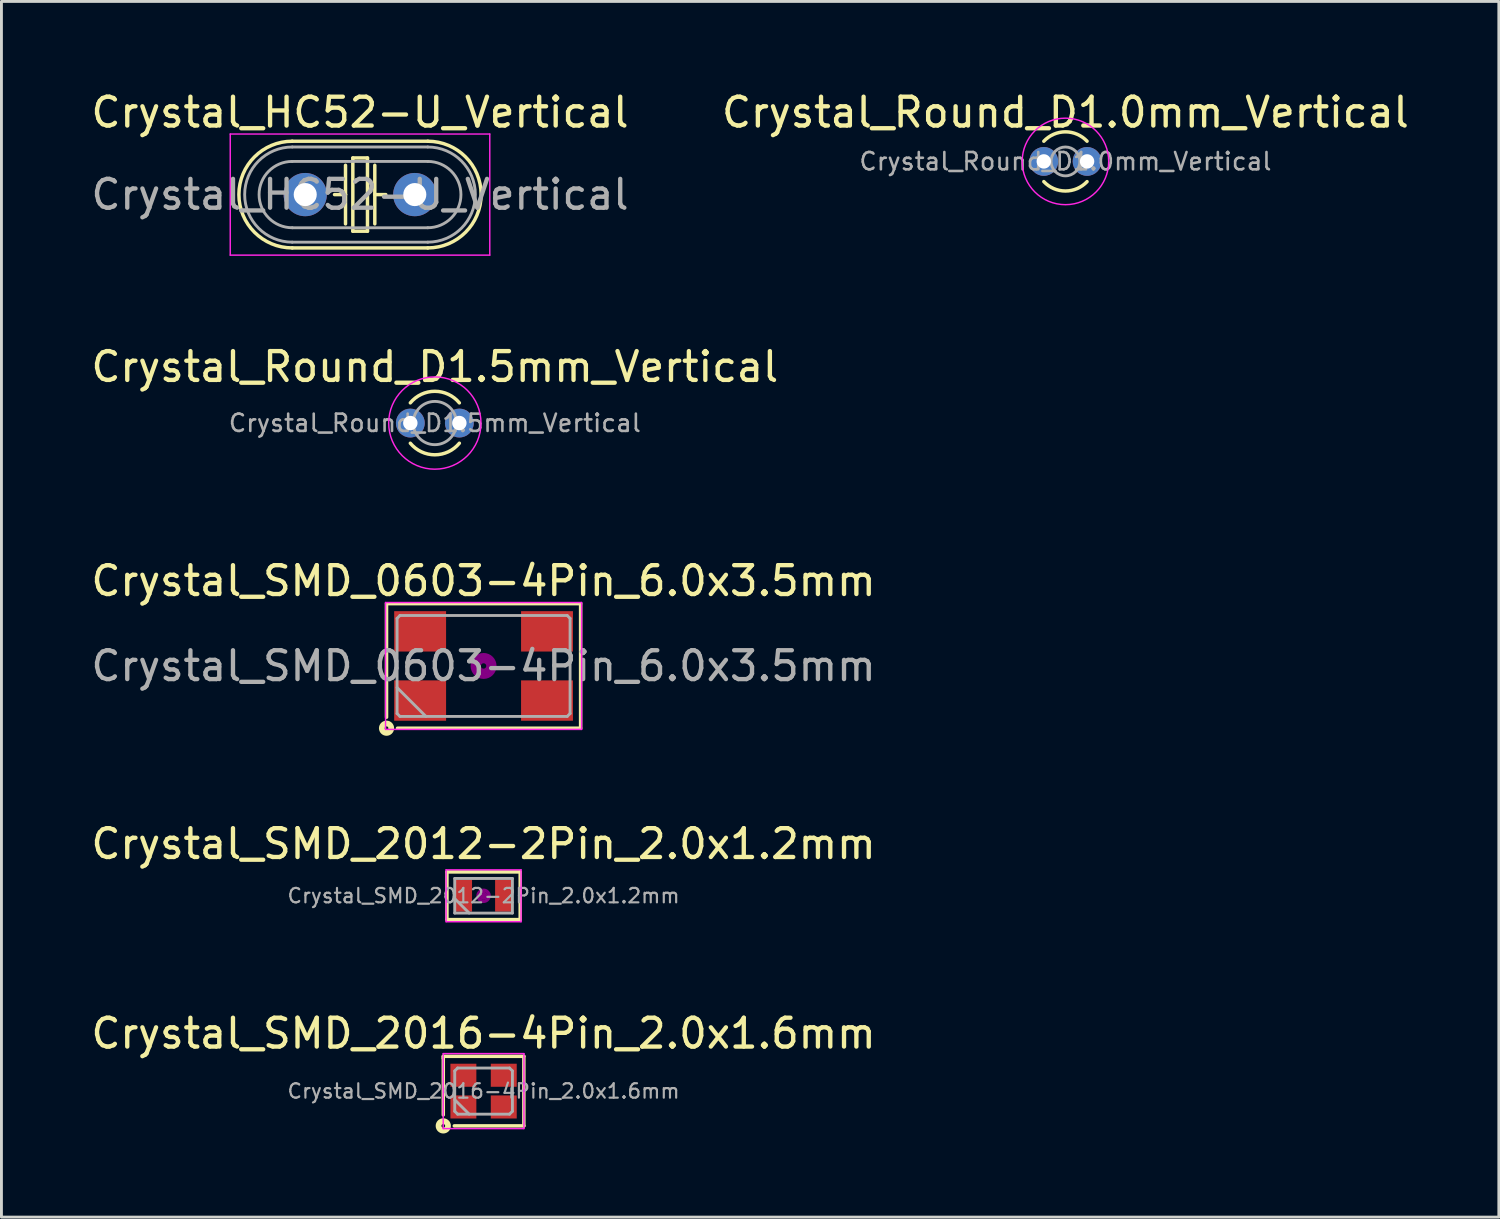
<source format=kicad_pcb>
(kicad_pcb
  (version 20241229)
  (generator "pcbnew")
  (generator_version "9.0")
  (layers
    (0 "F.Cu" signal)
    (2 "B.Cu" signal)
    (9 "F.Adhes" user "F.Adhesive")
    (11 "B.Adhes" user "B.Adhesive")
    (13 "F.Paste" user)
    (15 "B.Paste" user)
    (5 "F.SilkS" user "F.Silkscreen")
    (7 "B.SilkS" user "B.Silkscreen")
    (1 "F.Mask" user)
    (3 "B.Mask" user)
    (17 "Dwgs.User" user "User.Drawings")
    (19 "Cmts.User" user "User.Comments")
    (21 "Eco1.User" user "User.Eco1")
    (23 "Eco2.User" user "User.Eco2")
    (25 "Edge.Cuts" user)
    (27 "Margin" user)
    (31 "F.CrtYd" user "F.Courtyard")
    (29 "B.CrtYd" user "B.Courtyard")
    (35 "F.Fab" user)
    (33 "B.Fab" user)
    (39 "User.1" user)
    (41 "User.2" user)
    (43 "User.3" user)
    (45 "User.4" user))
  (footprint "Crystal_Round_D1.0mm_Vertical"
    (layer "F.Cu")
    (at 33.149 2.548)
    (property "Reference" "Crystal_Round_D1.0mm_Vertical" (at 0.75 -1.7 0) (layer "F.SilkS") (effects (font (size 1 1) (thickness 0.15))))
    (attr through_hole)
    (fp_arc (start 0 -0.7) (mid 0.749553 -1.025914) (end 1.49939 -0.700653) (stroke (width 0.12) (type solid)) (layer "F.SilkS"))
    (fp_arc (start 1.49939 0.700653) (mid 0.749553 1.025914) (end 0 0.7) (stroke (width 0.12) (type solid)) (layer "F.SilkS"))
    (fp_circle (center 0.75 0) (end 2.25 0) (stroke (width 0.05) (type solid)) (fill no) (layer "F.CrtYd"))
    (fp_circle (center 0.75 0) (end 1.25 0) (stroke (width 0.1) (type solid)) (fill no) (layer "F.Fab"))
    (fp_text user "${REFERENCE}" (at 0.75 0 0) (layer "F.Fab") (effects (font (size 0.6 0.6) (thickness 0.09))))
    (pad "1" thru_hole circle (at 0 0) (size 1 1) (drill 0.5) (layers "*.Cu" "*.Mask"))
    (pad "2" thru_hole circle (at 1.5 0) (size 1 1) (drill 0.5) (layers "*.Cu" "*.Mask")))
  (footprint "Crystal_HC52-U_Vertical"
    (layer "F.Cu")
    (at 7.535 3.698)
    (property "Reference" "Crystal_HC52-U_Vertical" (at 1.9 -2.85 0) (layer "F.SilkS") (effects (font (size 1 1) (thickness 0.15))))
    (attr through_hole)
    (fp_line (start -0.45 -1.85) (end 4.25 -1.85) (stroke (width 0.12) (type solid)) (layer "F.SilkS"))
    (fp_line (start -0.45 1.85) (end 4.25 1.85) (stroke (width 0.12) (type solid)) (layer "F.SilkS"))
    (fp_line (start 1.016 0) (end 1.397 0) (stroke (width 0.12) (type solid)) (layer "F.SilkS"))
    (fp_line (start 1.397 0) (end 1.397 -1.016) (stroke (width 0.12) (type solid)) (layer "F.SilkS"))
    (fp_line (start 1.397 0) (end 1.397 1.016) (stroke (width 0.12) (type solid)) (layer "F.SilkS"))
    (fp_line (start 1.651 -1.27) (end 1.651 1.27) (stroke (width 0.12) (type solid)) (layer "F.SilkS"))
    (fp_line (start 1.651 1.27) (end 2.159 1.27) (stroke (width 0.12) (type solid)) (layer "F.SilkS"))
    (fp_line (start 2.159 -1.27) (end 1.651 -1.27) (stroke (width 0.12) (type solid)) (layer "F.SilkS"))
    (fp_line (start 2.159 1.27) (end 2.159 -1.27) (stroke (width 0.12) (type solid)) (layer "F.SilkS"))
    (fp_line (start 2.413 -1.016) (end 2.413 1.016) (stroke (width 0.12) (type solid)) (layer "F.SilkS"))
    (fp_line (start 2.413 0) (end 2.794 0) (stroke (width 0.12) (type solid)) (layer "F.SilkS"))
    (fp_arc (start -0.45 1.85) (mid -2.3 0) (end -0.45 -1.85) (stroke (width 0.12) (type solid)) (layer "F.SilkS"))
    (fp_arc (start 4.25 -1.85) (mid 6.1 0) (end 4.25 1.85) (stroke (width 0.12) (type solid)) (layer "F.SilkS"))
    (fp_line (start -2.6 -2.1) (end -2.6 2.1) (stroke (width 0.05) (type solid)) (layer "F.CrtYd"))
    (fp_line (start -2.6 2.1) (end 6.4 2.1) (stroke (width 0.05) (type solid)) (layer "F.CrtYd"))
    (fp_line (start 6.4 -2.1) (end -2.6 -2.1) (stroke (width 0.05) (type solid)) (layer "F.CrtYd"))
    (fp_line (start 6.4 2.1) (end 6.4 -2.1) (stroke (width 0.05) (type solid)) (layer "F.CrtYd"))
    (fp_line (start -0.45 -1.65) (end 4.25 -1.65) (stroke (width 0.1) (type solid)) (layer "F.Fab"))
    (fp_line (start -0.45 -1.15) (end 4.25 -1.15) (stroke (width 0.1) (type solid)) (layer "F.Fab"))
    (fp_line (start -0.45 1.15) (end 4.25 1.15) (stroke (width 0.1) (type solid)) (layer "F.Fab"))
    (fp_line (start -0.45 1.65) (end 4.25 1.65) (stroke (width 0.1) (type solid)) (layer "F.Fab"))
    (fp_arc (start -0.45 1.15) (mid -1.6 0) (end -0.45 -1.15) (stroke (width 0.1) (type solid)) (layer "F.Fab"))
    (fp_arc (start -0.45 1.65) (mid -2.1 0) (end -0.45 -1.65) (stroke (width 0.1) (type solid)) (layer "F.Fab"))
    (fp_arc (start 4.25 -1.65) (mid 5.9 0) (end 4.25 1.65) (stroke (width 0.1) (type solid)) (layer "F.Fab"))
    (fp_arc (start 4.25 -1.15) (mid 5.4 0) (end 4.25 1.15) (stroke (width 0.1) (type solid)) (layer "F.Fab"))
    (fp_text user "${REFERENCE}" (at 1.9 0 0) (layer "F.Fab") (effects (font (size 1 1) (thickness 0.15))))
    (pad "1" thru_hole circle (at 0 0) (size 1.5 1.5) (drill 0.8) (layers "*.Cu" "*.Mask"))
    (pad "2" thru_hole circle (at 3.8 0) (size 1.5 1.5) (drill 0.8) (layers "*.Cu" "*.Mask")))
  (footprint "Crystal_Round_D1.5mm_Vertical"
    (layer "F.Cu")
    (at 11.18 11.621)
    (property "Reference" "Crystal_Round_D1.5mm_Vertical" (at 0.85 -1.95 0) (layer "F.SilkS") (effects (font (size 1 1) (thickness 0.15))))
    (attr through_hole)
    (fp_arc (start 0 -0.7) (mid 0.850432 -1.101136) (end 1.700549 -0.699333) (stroke (width 0.12) (type solid)) (layer "F.SilkS"))
    (fp_arc (start 1.700549 0.699333) (mid 0.850432 1.101136) (end 0 0.7) (stroke (width 0.12) (type solid)) (layer "F.SilkS"))
    (fp_circle (center 0.85 0) (end 2.45 0) (stroke (width 0.05) (type solid)) (fill no) (layer "F.CrtYd"))
    (fp_circle (center 0.85 0) (end 1.6 0) (stroke (width 0.1) (type solid)) (fill no) (layer "F.Fab"))
    (fp_text user "${REFERENCE}" (at 0.85 0 0) (layer "F.Fab") (effects (font (size 0.6 0.6) (thickness 0.09))))
    (pad "1" thru_hole circle (at 0 0) (size 1 1) (drill 0.5) (layers "*.Cu" "*.Mask"))
    (pad "2" thru_hole circle (at 1.7 0) (size 1 1) (drill 0.5) (layers "*.Cu" "*.Mask")))
  (footprint "Crystal_SMD_2016-4Pin_2.0x1.6mm"
    (layer "F.Cu")
    (at 13.72 34.789)
    (property "Reference" "Crystal_SMD_2016-4Pin_2.0x1.6mm" (at 0 -2 0) (layer "F.SilkS") (effects (font (size 1 1) (thickness 0.15))))
    (attr smd)
    (fp_line (start -1.397 -1.206) (end 1.397 -1.206) (stroke (width 0.12) (type solid)) (layer "F.SilkS"))
    (fp_line (start -1.397 -1.143) (end -1.397 -1.206) (stroke (width 0.12) (type solid)) (layer "F.SilkS"))
    (fp_line (start -1.397 0.826) (end -1.397 -1.143) (stroke (width 0.12) (type solid)) (layer "F.SilkS"))
    (fp_line (start 1.397 -1.206) (end 1.397 1.206) (stroke (width 0.12) (type solid)) (layer "F.SilkS"))
    (fp_line (start 1.397 1.206) (end -1.016 1.206) (stroke (width 0.12) (type solid)) (layer "F.SilkS"))
    (fp_circle (center -1.397 1.206) (end -1.333 1.206) (stroke (width 0.2) (type solid)) (fill no) (layer "F.SilkS"))
    (fp_line (start -1.4 -1.3) (end -1.4 1.3) (stroke (width 0.05) (type solid)) (layer "F.CrtYd"))
    (fp_line (start -1.4 1.3) (end 1.4 1.3) (stroke (width 0.05) (type solid)) (layer "F.CrtYd"))
    (fp_line (start 1.4 -1.3) (end -1.4 -1.3) (stroke (width 0.05) (type solid)) (layer "F.CrtYd"))
    (fp_line (start 1.4 1.3) (end 1.4 -1.3) (stroke (width 0.05) (type solid)) (layer "F.CrtYd"))
    (fp_line (start -1 -0.7) (end -0.9 -0.8) (stroke (width 0.1) (type solid)) (layer "F.Fab"))
    (fp_line (start -1 0.3) (end -0.5 0.8) (stroke (width 0.1) (type solid)) (layer "F.Fab"))
    (fp_line (start -1 0.7) (end -1 -0.7) (stroke (width 0.1) (type solid)) (layer "F.Fab"))
    (fp_line (start -0.9 -0.8) (end 0.9 -0.8) (stroke (width 0.1) (type solid)) (layer "F.Fab"))
    (fp_line (start -0.9 0.8) (end -1 0.7) (stroke (width 0.1) (type solid)) (layer "F.Fab"))
    (fp_line (start 0.9 -0.8) (end 1 -0.7) (stroke (width 0.1) (type solid)) (layer "F.Fab"))
    (fp_line (start 0.9 0.8) (end -0.9 0.8) (stroke (width 0.1) (type solid)) (layer "F.Fab"))
    (fp_line (start 1 -0.7) (end 1 0.7) (stroke (width 0.1) (type solid)) (layer "F.Fab"))
    (fp_line (start 1 0.7) (end 0.9 0.8) (stroke (width 0.1) (type solid)) (layer "F.Fab"))
    (fp_text user "${REFERENCE}" (at 0 0 0) (layer "F.Fab") (effects (font (size 0.5 0.5) (thickness 0.075))))
    (pad "1" smd rect (at -0.7 0.55) (size 0.9 0.8) (layers "F.Cu" "F.Mask" "F.Paste"))
    (pad "2" smd rect (at 0.7 0.55) (size 0.9 0.8) (layers "F.Cu" "F.Mask" "F.Paste"))
    (pad "3" smd rect (at 0.7 -0.55) (size 0.9 0.8) (layers "F.Cu" "F.Mask" "F.Paste"))
    (pad "4" smd rect (at -0.7 -0.55) (size 0.9 0.8) (layers "F.Cu" "F.Mask" "F.Paste")))
  (footprint "Crystal_SMD_0603-4Pin_6.0x3.5mm"
    (layer "F.Cu")
    (at 13.72 20.045)
    (property "Reference" "Crystal_SMD_0603-4Pin_6.0x3.5mm" (at 0 -2.95 0) (layer "F.SilkS") (effects (font (size 1 1) (thickness 0.15))))
    (attr smd)
    (fp_line (start -3.365 -2.159) (end -3.365 1.778) (stroke (width 0.12) (type solid)) (layer "F.SilkS"))
    (fp_line (start -2.985 2.159) (end 3.365 2.159) (stroke (width 0.12) (type solid)) (layer "F.SilkS"))
    (fp_line (start 3.365 -2.159) (end -3.365 -2.159) (stroke (width 0.12) (type solid)) (layer "F.SilkS"))
    (fp_line (start 3.365 2.159) (end 3.365 -2.159) (stroke (width 0.12) (type solid)) (layer "F.SilkS"))
    (fp_circle (center -3.365 2.159) (end -3.302 2.159) (stroke (width 0.2) (type solid)) (fill no) (layer "F.SilkS"))
    (fp_circle (center 0 0) (end 0.093 0) (stroke (width 0.187) (type solid)) (fill no) (layer "F.Adhes"))
    (fp_circle (center 0 0) (end 0.213 0) (stroke (width 0.133) (type solid)) (fill no) (layer "F.Adhes"))
    (fp_circle (center 0 0) (end 0.333 0) (stroke (width 0.133) (type solid)) (fill no) (layer "F.Adhes"))
    (fp_circle (center 0 0) (end 0.4 0) (stroke (width 0.1) (type solid)) (fill no) (layer "F.Adhes"))
    (fp_line (start -3.4 -2.2) (end -3.4 2.2) (stroke (width 0.05) (type solid)) (layer "F.CrtYd"))
    (fp_line (start -3.4 2.2) (end 3.4 2.2) (stroke (width 0.05) (type solid)) (layer "F.CrtYd"))
    (fp_line (start 3.4 -2.2) (end -3.4 -2.2) (stroke (width 0.05) (type solid)) (layer "F.CrtYd"))
    (fp_line (start 3.4 2.2) (end 3.4 -2.2) (stroke (width 0.05) (type solid)) (layer "F.CrtYd"))
    (fp_line (start -3 -1.65) (end -2.9 -1.75) (stroke (width 0.1) (type solid)) (layer "F.Fab"))
    (fp_line (start -3 0.75) (end -2 1.75) (stroke (width 0.1) (type solid)) (layer "F.Fab"))
    (fp_line (start -3 1.65) (end -3 -1.65) (stroke (width 0.1) (type solid)) (layer "F.Fab"))
    (fp_line (start -2.9 -1.75) (end 2.9 -1.75) (stroke (width 0.1) (type solid)) (layer "F.Fab"))
    (fp_line (start -2.9 1.75) (end -3 1.65) (stroke (width 0.1) (type solid)) (layer "F.Fab"))
    (fp_line (start 2.9 -1.75) (end 3 -1.65) (stroke (width 0.1) (type solid)) (layer "F.Fab"))
    (fp_line (start 2.9 1.75) (end -2.9 1.75) (stroke (width 0.1) (type solid)) (layer "F.Fab"))
    (fp_line (start 3 -1.65) (end 3 1.65) (stroke (width 0.1) (type solid)) (layer "F.Fab"))
    (fp_line (start 3 1.65) (end 2.9 1.75) (stroke (width 0.1) (type solid)) (layer "F.Fab"))
    (fp_text user "${REFERENCE}" (at 0 0 0) (layer "F.Fab") (effects (font (size 1 1) (thickness 0.15))))
    (pad "1" smd rect (at -2.2 1.2) (size 1.8 1.4) (layers "F.Cu" "F.Mask" "F.Paste"))
    (pad "2" smd rect (at 2.2 1.2) (size 1.8 1.4) (layers "F.Cu" "F.Mask" "F.Paste"))
    (pad "3" smd rect (at 2.2 -1.2) (size 1.8 1.4) (layers "F.Cu" "F.Mask" "F.Paste"))
    (pad "4" smd rect (at -2.2 -1.2) (size 1.8 1.4) (layers "F.Cu" "F.Mask" "F.Paste")))
  (footprint "Crystal_SMD_2012-2Pin_2.0x1.2mm"
    (layer "F.Cu")
    (at 13.72 28.015)
    (property "Reference" "Crystal_SMD_2012-2Pin_2.0x1.2mm" (at 0 -1.8 0) (layer "F.SilkS") (effects (font (size 1 1) (thickness 0.15))))
    (attr smd)
    (fp_line (start -1.27 -0.826) (end -1.27 0.826) (stroke (width 0.12) (type solid)) (layer "F.SilkS"))
    (fp_line (start -1.27 0.826) (end 1.27 0.826) (stroke (width 0.12) (type solid)) (layer "F.SilkS"))
    (fp_line (start 1.27 -0.826) (end -1.27 -0.826) (stroke (width 0.12) (type solid)) (layer "F.SilkS"))
    (fp_line (start 1.27 0.826) (end 1.27 -0.826) (stroke (width 0.12) (type solid)) (layer "F.SilkS"))
    (fp_circle (center 0 0) (end 0.047 0) (stroke (width 0.093) (type solid)) (fill no) (layer "F.Adhes"))
    (fp_circle (center 0 0) (end 0.107 0) (stroke (width 0.067) (type solid)) (fill no) (layer "F.Adhes"))
    (fp_circle (center 0 0) (end 0.167 0) (stroke (width 0.067) (type solid)) (fill no) (layer "F.Adhes"))
    (fp_circle (center 0 0) (end 0.2 0) (stroke (width 0.1) (type solid)) (fill no) (layer "F.Adhes"))
    (fp_line (start -1.3 -0.9) (end -1.3 0.9) (stroke (width 0.05) (type solid)) (layer "F.CrtYd"))
    (fp_line (start -1.3 0.9) (end 1.3 0.9) (stroke (width 0.05) (type solid)) (layer "F.CrtYd"))
    (fp_line (start 1.3 -0.9) (end -1.3 -0.9) (stroke (width 0.05) (type solid)) (layer "F.CrtYd"))
    (fp_line (start 1.3 0.9) (end 1.3 -0.9) (stroke (width 0.05) (type solid)) (layer "F.CrtYd"))
    (fp_line (start -1 -0.6) (end -1 0.6) (stroke (width 0.1) (type solid)) (layer "F.Fab"))
    (fp_line (start -1 0.1) (end -0.5 0.6) (stroke (width 0.1) (type solid)) (layer "F.Fab"))
    (fp_line (start -1 0.6) (end 1 0.6) (stroke (width 0.1) (type solid)) (layer "F.Fab"))
    (fp_line (start 1 -0.6) (end -1 -0.6) (stroke (width 0.1) (type solid)) (layer "F.Fab"))
    (fp_line (start 1 0.6) (end 1 -0.6) (stroke (width 0.1) (type solid)) (layer "F.Fab"))
    (fp_text user "${REFERENCE}" (at 0 0 0) (layer "F.Fab") (effects (font (size 0.5 0.5) (thickness 0.075))))
    (pad "1" smd rect (at -0.7 0) (size 0.6 1.1) (layers "F.Cu" "F.Mask" "F.Paste"))
    (pad "2" smd rect (at 0.7 0) (size 0.6 1.1) (layers "F.Cu" "F.Mask" "F.Paste")))
  (gr_rect
    (start -3 -3)
    (end 48.929 39.159)
    (stroke (width 0.1) (type default))
    (fill no)
    (layer "Edge.Cuts")))
</source>
